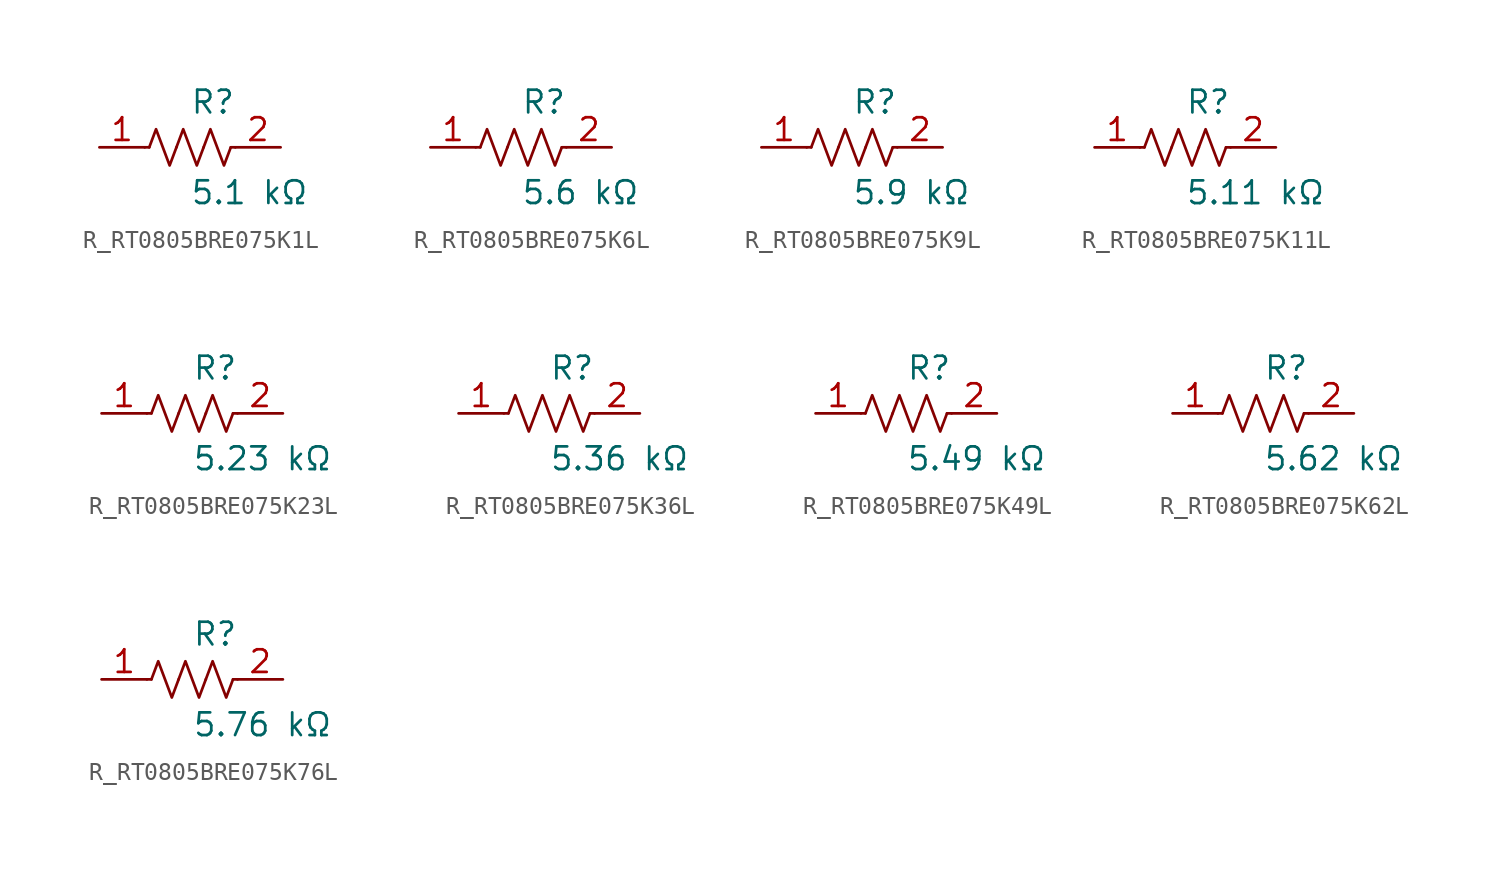
<source format=kicad_sym>
(kicad_symbol_lib
  (version 20231120)
  (generator kicad_symbol_editor)
  (generator_version 8.0)
  (symbol "R_RT0805BRE075K1L"
    (pin_names
      (offset 0.254))
    (property "Reference" "R"
      (at 0.0 2.54 0)
      (effects (font (size 1.27 1.27)) (justify left)))
    (property "Value" "5.1 kΩ"
      (at 0.0 -2.54 0)
      (effects (font (size 1.27 1.27)) (justify left)))
    (symbol "R_RT0805BRE075K1L_0_1"
      (polyline (pts (xy 2.286 0) (xy 2.54 0)) (stroke (width 0) (type default)) (fill (type none)))
      (polyline (pts (xy -2.286 0) (xy -2.54 0)) (stroke (width 0) (type default)) (fill (type none)))
      (polyline (pts (xy 0.762 0) (xy 1.143 1.016) (xy 1.524 0) (xy 1.905 -1.016) (xy 2.286 0)) (stroke (width 0) (type default)) (fill (type none)))
      (polyline (pts (xy -0.762 0) (xy -0.381 1.016) (xy 0 0) (xy 0.381 -1.016) (xy 0.762 0)) (stroke (width 0) (type default)) (fill (type none)))
      (polyline (pts (xy -2.286 0) (xy -1.905 1.016) (xy -1.524 0) (xy -1.143 -1.016) (xy -0.762 0)) (stroke (width 0) (type default)) (fill (type none))))
    (pin unspecified line
      (at -5.08 0 0)
      (length 2.54)
      (name "" (effects (font (size 1.27 1.27))))
      (number "1" (effects (font (size 1.27 1.27)))))
    (pin unspecified line
      (at 5.08 0 180)
      (length 2.54)
      (name "" (effects (font (size 1.27 1.27))))
      (number "2" (effects (font (size 1.27 1.27))))))
  (symbol "R_RT0805BRE075K6L"
    (pin_names
      (offset 0.254))
    (property "Reference" "R"
      (at 0.0 2.54 0)
      (effects (font (size 1.27 1.27)) (justify left)))
    (property "Value" "5.6 kΩ"
      (at 0.0 -2.54 0)
      (effects (font (size 1.27 1.27)) (justify left)))
    (symbol "R_RT0805BRE075K6L_0_1"
      (polyline (pts (xy 2.286 0) (xy 2.54 0)) (stroke (width 0) (type default)) (fill (type none)))
      (polyline (pts (xy -2.286 0) (xy -2.54 0)) (stroke (width 0) (type default)) (fill (type none)))
      (polyline (pts (xy 0.762 0) (xy 1.143 1.016) (xy 1.524 0) (xy 1.905 -1.016) (xy 2.286 0)) (stroke (width 0) (type default)) (fill (type none)))
      (polyline (pts (xy -0.762 0) (xy -0.381 1.016) (xy 0 0) (xy 0.381 -1.016) (xy 0.762 0)) (stroke (width 0) (type default)) (fill (type none)))
      (polyline (pts (xy -2.286 0) (xy -1.905 1.016) (xy -1.524 0) (xy -1.143 -1.016) (xy -0.762 0)) (stroke (width 0) (type default)) (fill (type none))))
    (pin unspecified line
      (at -5.08 0 0)
      (length 2.54)
      (name "" (effects (font (size 1.27 1.27))))
      (number "1" (effects (font (size 1.27 1.27)))))
    (pin unspecified line
      (at 5.08 0 180)
      (length 2.54)
      (name "" (effects (font (size 1.27 1.27))))
      (number "2" (effects (font (size 1.27 1.27))))))
  (symbol "R_RT0805BRE075K9L"
    (pin_names
      (offset 0.254))
    (property "Reference" "R"
      (at 0.0 2.54 0)
      (effects (font (size 1.27 1.27)) (justify left)))
    (property "Value" "5.9 kΩ"
      (at 0.0 -2.54 0)
      (effects (font (size 1.27 1.27)) (justify left)))
    (symbol "R_RT0805BRE075K9L_0_1"
      (polyline (pts (xy 2.286 0) (xy 2.54 0)) (stroke (width 0) (type default)) (fill (type none)))
      (polyline (pts (xy -2.286 0) (xy -2.54 0)) (stroke (width 0) (type default)) (fill (type none)))
      (polyline (pts (xy 0.762 0) (xy 1.143 1.016) (xy 1.524 0) (xy 1.905 -1.016) (xy 2.286 0)) (stroke (width 0) (type default)) (fill (type none)))
      (polyline (pts (xy -0.762 0) (xy -0.381 1.016) (xy 0 0) (xy 0.381 -1.016) (xy 0.762 0)) (stroke (width 0) (type default)) (fill (type none)))
      (polyline (pts (xy -2.286 0) (xy -1.905 1.016) (xy -1.524 0) (xy -1.143 -1.016) (xy -0.762 0)) (stroke (width 0) (type default)) (fill (type none))))
    (pin unspecified line
      (at -5.08 0 0)
      (length 2.54)
      (name "" (effects (font (size 1.27 1.27))))
      (number "1" (effects (font (size 1.27 1.27)))))
    (pin unspecified line
      (at 5.08 0 180)
      (length 2.54)
      (name "" (effects (font (size 1.27 1.27))))
      (number "2" (effects (font (size 1.27 1.27))))))
  (symbol "R_RT0805BRE075K11L"
    (pin_names
      (offset 0.254))
    (property "Reference" "R"
      (at 0.0 2.54 0)
      (effects (font (size 1.27 1.27)) (justify left)))
    (property "Value" "5.11 kΩ"
      (at 0.0 -2.54 0)
      (effects (font (size 1.27 1.27)) (justify left)))
    (symbol "R_RT0805BRE075K11L_0_1"
      (polyline (pts (xy 2.286 0) (xy 2.54 0)) (stroke (width 0) (type default)) (fill (type none)))
      (polyline (pts (xy -2.286 0) (xy -2.54 0)) (stroke (width 0) (type default)) (fill (type none)))
      (polyline (pts (xy 0.762 0) (xy 1.143 1.016) (xy 1.524 0) (xy 1.905 -1.016) (xy 2.286 0)) (stroke (width 0) (type default)) (fill (type none)))
      (polyline (pts (xy -0.762 0) (xy -0.381 1.016) (xy 0 0) (xy 0.381 -1.016) (xy 0.762 0)) (stroke (width 0) (type default)) (fill (type none)))
      (polyline (pts (xy -2.286 0) (xy -1.905 1.016) (xy -1.524 0) (xy -1.143 -1.016) (xy -0.762 0)) (stroke (width 0) (type default)) (fill (type none))))
    (pin unspecified line
      (at -5.08 0 0)
      (length 2.54)
      (name "" (effects (font (size 1.27 1.27))))
      (number "1" (effects (font (size 1.27 1.27)))))
    (pin unspecified line
      (at 5.08 0 180)
      (length 2.54)
      (name "" (effects (font (size 1.27 1.27))))
      (number "2" (effects (font (size 1.27 1.27))))))
  (symbol "R_RT0805BRE075K23L"
    (pin_names
      (offset 0.254))
    (property "Reference" "R"
      (at 0.0 2.54 0)
      (effects (font (size 1.27 1.27)) (justify left)))
    (property "Value" "5.23 kΩ"
      (at 0.0 -2.54 0)
      (effects (font (size 1.27 1.27)) (justify left)))
    (symbol "R_RT0805BRE075K23L_0_1"
      (polyline (pts (xy 2.286 0) (xy 2.54 0)) (stroke (width 0) (type default)) (fill (type none)))
      (polyline (pts (xy -2.286 0) (xy -2.54 0)) (stroke (width 0) (type default)) (fill (type none)))
      (polyline (pts (xy 0.762 0) (xy 1.143 1.016) (xy 1.524 0) (xy 1.905 -1.016) (xy 2.286 0)) (stroke (width 0) (type default)) (fill (type none)))
      (polyline (pts (xy -0.762 0) (xy -0.381 1.016) (xy 0 0) (xy 0.381 -1.016) (xy 0.762 0)) (stroke (width 0) (type default)) (fill (type none)))
      (polyline (pts (xy -2.286 0) (xy -1.905 1.016) (xy -1.524 0) (xy -1.143 -1.016) (xy -0.762 0)) (stroke (width 0) (type default)) (fill (type none))))
    (pin unspecified line
      (at -5.08 0 0)
      (length 2.54)
      (name "" (effects (font (size 1.27 1.27))))
      (number "1" (effects (font (size 1.27 1.27)))))
    (pin unspecified line
      (at 5.08 0 180)
      (length 2.54)
      (name "" (effects (font (size 1.27 1.27))))
      (number "2" (effects (font (size 1.27 1.27))))))
  (symbol "R_RT0805BRE075K36L"
    (pin_names
      (offset 0.254))
    (property "Reference" "R"
      (at 0.0 2.54 0)
      (effects (font (size 1.27 1.27)) (justify left)))
    (property "Value" "5.36 kΩ"
      (at 0.0 -2.54 0)
      (effects (font (size 1.27 1.27)) (justify left)))
    (symbol "R_RT0805BRE075K36L_0_1"
      (polyline (pts (xy 2.286 0) (xy 2.54 0)) (stroke (width 0) (type default)) (fill (type none)))
      (polyline (pts (xy -2.286 0) (xy -2.54 0)) (stroke (width 0) (type default)) (fill (type none)))
      (polyline (pts (xy 0.762 0) (xy 1.143 1.016) (xy 1.524 0) (xy 1.905 -1.016) (xy 2.286 0)) (stroke (width 0) (type default)) (fill (type none)))
      (polyline (pts (xy -0.762 0) (xy -0.381 1.016) (xy 0 0) (xy 0.381 -1.016) (xy 0.762 0)) (stroke (width 0) (type default)) (fill (type none)))
      (polyline (pts (xy -2.286 0) (xy -1.905 1.016) (xy -1.524 0) (xy -1.143 -1.016) (xy -0.762 0)) (stroke (width 0) (type default)) (fill (type none))))
    (pin unspecified line
      (at -5.08 0 0)
      (length 2.54)
      (name "" (effects (font (size 1.27 1.27))))
      (number "1" (effects (font (size 1.27 1.27)))))
    (pin unspecified line
      (at 5.08 0 180)
      (length 2.54)
      (name "" (effects (font (size 1.27 1.27))))
      (number "2" (effects (font (size 1.27 1.27))))))
  (symbol "R_RT0805BRE075K49L"
    (pin_names
      (offset 0.254))
    (property "Reference" "R"
      (at 0.0 2.54 0)
      (effects (font (size 1.27 1.27)) (justify left)))
    (property "Value" "5.49 kΩ"
      (at 0.0 -2.54 0)
      (effects (font (size 1.27 1.27)) (justify left)))
    (symbol "R_RT0805BRE075K49L_0_1"
      (polyline (pts (xy 2.286 0) (xy 2.54 0)) (stroke (width 0) (type default)) (fill (type none)))
      (polyline (pts (xy -2.286 0) (xy -2.54 0)) (stroke (width 0) (type default)) (fill (type none)))
      (polyline (pts (xy 0.762 0) (xy 1.143 1.016) (xy 1.524 0) (xy 1.905 -1.016) (xy 2.286 0)) (stroke (width 0) (type default)) (fill (type none)))
      (polyline (pts (xy -0.762 0) (xy -0.381 1.016) (xy 0 0) (xy 0.381 -1.016) (xy 0.762 0)) (stroke (width 0) (type default)) (fill (type none)))
      (polyline (pts (xy -2.286 0) (xy -1.905 1.016) (xy -1.524 0) (xy -1.143 -1.016) (xy -0.762 0)) (stroke (width 0) (type default)) (fill (type none))))
    (pin unspecified line
      (at -5.08 0 0)
      (length 2.54)
      (name "" (effects (font (size 1.27 1.27))))
      (number "1" (effects (font (size 1.27 1.27)))))
    (pin unspecified line
      (at 5.08 0 180)
      (length 2.54)
      (name "" (effects (font (size 1.27 1.27))))
      (number "2" (effects (font (size 1.27 1.27))))))
  (symbol "R_RT0805BRE075K62L"
    (pin_names
      (offset 0.254))
    (property "Reference" "R"
      (at 0.0 2.54 0)
      (effects (font (size 1.27 1.27)) (justify left)))
    (property "Value" "5.62 kΩ"
      (at 0.0 -2.54 0)
      (effects (font (size 1.27 1.27)) (justify left)))
    (symbol "R_RT0805BRE075K62L_0_1"
      (polyline (pts (xy 2.286 0) (xy 2.54 0)) (stroke (width 0) (type default)) (fill (type none)))
      (polyline (pts (xy -2.286 0) (xy -2.54 0)) (stroke (width 0) (type default)) (fill (type none)))
      (polyline (pts (xy 0.762 0) (xy 1.143 1.016) (xy 1.524 0) (xy 1.905 -1.016) (xy 2.286 0)) (stroke (width 0) (type default)) (fill (type none)))
      (polyline (pts (xy -0.762 0) (xy -0.381 1.016) (xy 0 0) (xy 0.381 -1.016) (xy 0.762 0)) (stroke (width 0) (type default)) (fill (type none)))
      (polyline (pts (xy -2.286 0) (xy -1.905 1.016) (xy -1.524 0) (xy -1.143 -1.016) (xy -0.762 0)) (stroke (width 0) (type default)) (fill (type none))))
    (pin unspecified line
      (at -5.08 0 0)
      (length 2.54)
      (name "" (effects (font (size 1.27 1.27))))
      (number "1" (effects (font (size 1.27 1.27)))))
    (pin unspecified line
      (at 5.08 0 180)
      (length 2.54)
      (name "" (effects (font (size 1.27 1.27))))
      (number "2" (effects (font (size 1.27 1.27))))))
  (symbol "R_RT0805BRE075K76L"
    (pin_names
      (offset 0.254))
    (property "Reference" "R"
      (at 0.0 2.54 0)
      (effects (font (size 1.27 1.27)) (justify left)))
    (property "Value" "5.76 kΩ"
      (at 0.0 -2.54 0)
      (effects (font (size 1.27 1.27)) (justify left)))
    (symbol "R_RT0805BRE075K76L_0_1"
      (polyline (pts (xy 2.286 0) (xy 2.54 0)) (stroke (width 0) (type default)) (fill (type none)))
      (polyline (pts (xy -2.286 0) (xy -2.54 0)) (stroke (width 0) (type default)) (fill (type none)))
      (polyline (pts (xy 0.762 0) (xy 1.143 1.016) (xy 1.524 0) (xy 1.905 -1.016) (xy 2.286 0)) (stroke (width 0) (type default)) (fill (type none)))
      (polyline (pts (xy -0.762 0) (xy -0.381 1.016) (xy 0 0) (xy 0.381 -1.016) (xy 0.762 0)) (stroke (width 0) (type default)) (fill (type none)))
      (polyline (pts (xy -2.286 0) (xy -1.905 1.016) (xy -1.524 0) (xy -1.143 -1.016) (xy -0.762 0)) (stroke (width 0) (type default)) (fill (type none))))
    (pin unspecified line
      (at -5.08 0 0)
      (length 2.54)
      (name "" (effects (font (size 1.27 1.27))))
      (number "1" (effects (font (size 1.27 1.27)))))
    (pin unspecified line
      (at 5.08 0 180)
      (length 2.54)
      (name "" (effects (font (size 1.27 1.27))))
      (number "2" (effects (font (size 1.27 1.27)))))))
</source>
